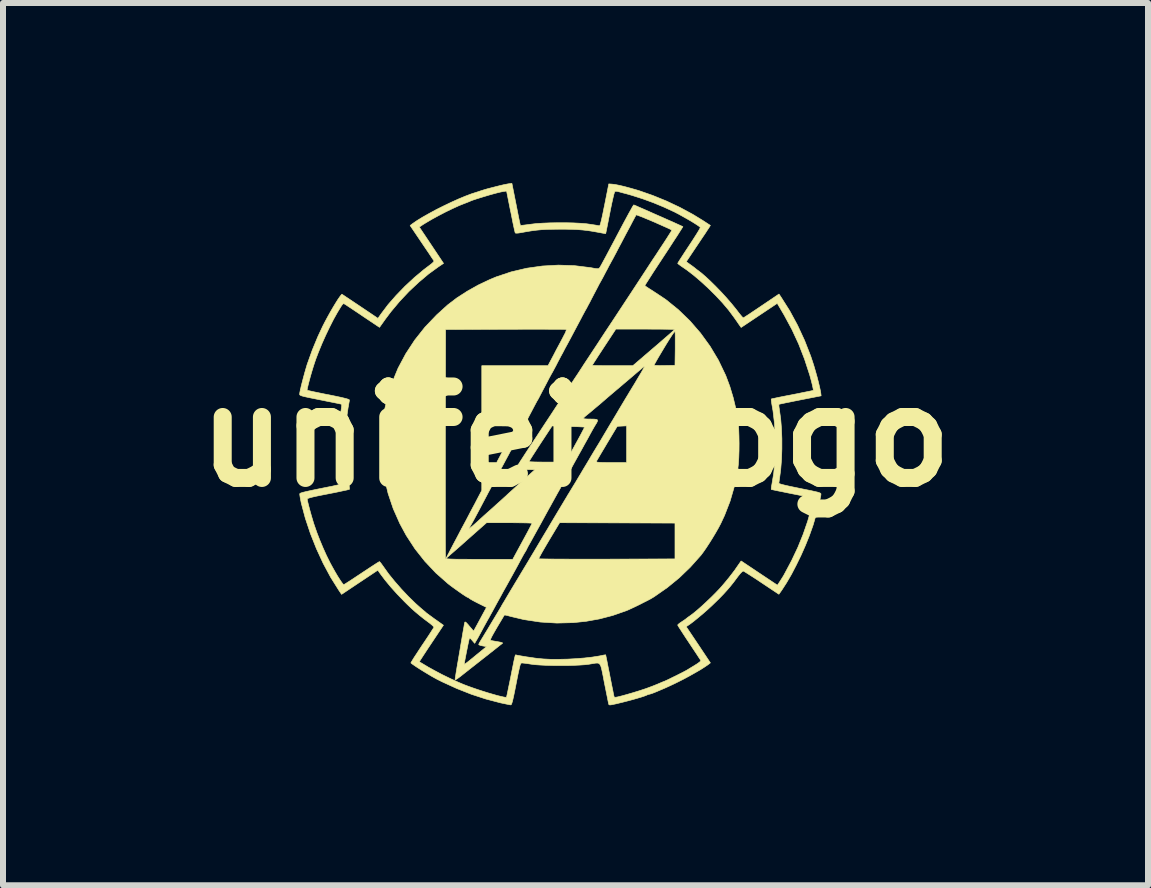
<source format=kicad_pcb>
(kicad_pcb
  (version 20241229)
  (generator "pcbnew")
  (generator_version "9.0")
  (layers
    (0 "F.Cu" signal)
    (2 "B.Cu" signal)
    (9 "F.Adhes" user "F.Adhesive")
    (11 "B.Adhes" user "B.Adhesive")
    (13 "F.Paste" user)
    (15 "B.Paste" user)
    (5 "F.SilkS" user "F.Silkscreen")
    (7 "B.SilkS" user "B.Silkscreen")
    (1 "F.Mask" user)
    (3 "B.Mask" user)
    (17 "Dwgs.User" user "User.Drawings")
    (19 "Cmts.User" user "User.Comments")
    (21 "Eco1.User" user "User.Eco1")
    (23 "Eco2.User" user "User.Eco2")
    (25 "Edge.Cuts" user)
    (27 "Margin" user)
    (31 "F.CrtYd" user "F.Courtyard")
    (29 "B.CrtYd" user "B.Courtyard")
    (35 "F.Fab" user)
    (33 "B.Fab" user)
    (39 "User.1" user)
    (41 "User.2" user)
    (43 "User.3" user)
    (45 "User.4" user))
  (footprint "unifei_logo"
    (layer "F.Cu")
    (at 6.285 4.351)
    (property "Reference" "unifei_logo" (at 0.254 -0.127 0) (layer "F.SilkS") (effects (font (size 1.524 1.524) (thickness 0.3))))
    (attr through_hole)
    (fp_poly (pts (xy 1.236 -3.983) (xy 1.269 -3.969) (xy 1.318 -3.947) (xy 1.381 -3.92) (xy 1.454 -3.888) (xy 1.534 -3.852) (xy 1.618 -3.815) (xy 1.703 -3.778) (xy 1.785 -3.741) (xy 1.861 -3.708) (xy 1.927 -3.678) (xy 1.982 -3.653) (xy 2.021 -3.635) (xy 2.041 -3.626) (xy 2.043 -3.625) (xy 2.037 -3.614) (xy 2.018 -3.584) (xy 1.988 -3.537) (xy 1.949 -3.475) (xy 1.9 -3.401) (xy 1.845 -3.316) (xy 1.784 -3.222) (xy 1.728 -3.137) (xy 1.663 -3.038) (xy 1.602 -2.945) (xy 1.547 -2.861) (xy 1.5 -2.787) (xy 1.461 -2.726) (xy 1.432 -2.681) (xy 1.414 -2.652) (xy 1.41 -2.643) (xy 1.42 -2.633) (xy 1.448 -2.614) (xy 1.489 -2.587) (xy 1.534 -2.559) (xy 1.756 -2.412) (xy 1.965 -2.243) (xy 2.159 -2.056) (xy 2.336 -1.852) (xy 2.495 -1.633) (xy 2.634 -1.401) (xy 2.751 -1.157) (xy 2.76 -1.136) (xy 2.824 -0.965) (xy 2.881 -0.776) (xy 2.928 -0.58) (xy 2.955 -0.438) (xy 2.965 -0.354) (xy 2.973 -0.251) (xy 2.977 -0.136) (xy 2.979 -0.013) (xy 2.978 0.11) (xy 2.974 0.228) (xy 2.967 0.334) (xy 2.957 0.422) (xy 2.955 0.438) (xy 2.901 0.701) (xy 2.829 0.949) (xy 2.737 1.186) (xy 2.673 1.323) (xy 2.635 1.395) (xy 2.588 1.477) (xy 2.536 1.564) (xy 2.482 1.65) (xy 2.429 1.731) (xy 2.381 1.8) (xy 2.342 1.852) (xy 2.341 1.853) (xy 2.166 2.049) (xy 1.982 2.226) (xy 1.784 2.388) (xy 1.566 2.54) (xy 1.535 2.559) (xy 1.503 2.578) (xy 1.452 2.605) (xy 1.39 2.636) (xy 1.322 2.671) (xy 1.252 2.705) (xy 1.188 2.735) (xy 1.134 2.76) (xy 1.096 2.776) (xy 1.095 2.776) (xy 0.871 2.854) (xy 0.652 2.911) (xy 0.428 2.951) (xy 0.217 2.973) (xy -0.058 2.98) (xy -0.333 2.963) (xy -0.605 2.922) (xy -0.829 2.869) (xy -0.875 2.856) (xy -0.911 2.848) (xy -0.93 2.846) (xy -0.931 2.846) (xy -0.939 2.858) (xy -0.957 2.889) (xy -0.984 2.934) (xy -1.018 2.991) (xy -1.056 3.055) (xy -1.057 3.057) (xy -1.1 3.131) (xy -1.131 3.186) (xy -1.151 3.225) (xy -1.161 3.25) (xy -1.163 3.263) (xy -1.158 3.269) (xy -1.135 3.274) (xy -1.096 3.281) (xy -1.048 3.289) (xy -1.043 3.29) (xy -1 3.298) (xy -0.971 3.306) (xy -0.96 3.313) (xy -0.961 3.314) (xy -0.973 3.325) (xy -1.003 3.348) (xy -1.048 3.384) (xy -1.105 3.429) (xy -1.172 3.482) (xy -1.247 3.541) (xy -1.283 3.569) (xy -1.364 3.633) (xy -1.443 3.695) (xy -1.516 3.752) (xy -1.579 3.802) (xy -1.631 3.843) (xy -1.666 3.871) (xy -1.673 3.876) (xy -1.71 3.903) (xy -1.737 3.92) (xy -1.752 3.924) (xy -1.753 3.922) (xy -1.751 3.904) (xy -1.745 3.866) (xy -1.737 3.813) (xy -1.726 3.748) (xy -1.721 3.715) (xy -1.712 3.664) (xy -1.6 3.664) (xy -1.598 3.667) (xy -1.591 3.664) (xy -1.577 3.654) (xy -1.552 3.635) (xy -1.515 3.606) (xy -1.463 3.564) (xy -1.394 3.507) (xy -1.391 3.505) (xy -1.228 3.372) (xy -1.293 3.361) (xy -1.33 3.353) (xy -1.354 3.343) (xy -1.359 3.337) (xy -1.352 3.317) (xy -1.336 3.289) (xy -1.333 3.284) (xy -1.317 3.258) (xy -1.29 3.214) (xy -1.255 3.156) (xy -1.214 3.089) (xy -1.17 3.015) (xy -1.125 2.94) (xy -1.081 2.867) (xy -1.041 2.8) (xy -1.007 2.743) (xy -0.982 2.701) (xy -0.978 2.692) (xy -0.96 2.661) (xy -0.93 2.612) (xy -0.892 2.547) (xy -0.847 2.471) (xy -0.796 2.386) (xy -0.742 2.296) (xy -0.709 2.242) (xy -0.653 2.148) (xy -0.586 2.037) (xy -0.512 1.914) (xy -0.509 1.908) (xy -0.36 1.908) (xy -0.359 1.908) (xy -0.346 1.91) (xy -0.309 1.911) (xy -0.251 1.912) (xy -0.172 1.913) (xy -0.076 1.914) (xy 0.037 1.914) (xy 0.165 1.915) (xy 0.305 1.915) (xy 0.456 1.915) (xy 0.617 1.915) (xy 0.779 1.915) (xy 1.911 1.911) (xy 1.911 1.314) (xy 0.95 1.311) (xy -0.011 1.308) (xy -0.188 1.603) (xy -0.234 1.681) (xy -0.276 1.753) (xy -0.311 1.814) (xy -0.337 1.862) (xy -0.354 1.894) (xy -0.36 1.908) (xy -0.509 1.908) (xy -0.434 1.783) (xy -0.355 1.65) (xy -0.277 1.519) (xy -0.203 1.396) (xy -0.185 1.365) (xy -0.123 1.261) (xy -0.064 1.162) (xy -0.01 1.072) (xy 0.038 0.992) (xy 0.078 0.925) (xy 0.109 0.874) (xy 0.129 0.839) (xy 0.138 0.826) (xy 0.153 0.801) (xy 0.179 0.758) (xy 0.213 0.702) (xy 0.254 0.635) (xy 0.297 0.563) (xy 0.342 0.488) (xy 0.385 0.415) (xy 0.425 0.349) (xy 0.459 0.292) (xy 0.461 0.289) (xy 0.6 0.289) (xy 0.604 0.295) (xy 0.62 0.299) (xy 0.652 0.302) (xy 0.702 0.304) (xy 0.772 0.305) (xy 0.85 0.305) (xy 1.105 0.305) (xy 1.105 -0.306) (xy 1.027 -0.302) (xy 0.949 -0.298) (xy 0.778 -0.013) (xy 0.732 0.065) (xy 0.69 0.135) (xy 0.654 0.196) (xy 0.626 0.244) (xy 0.607 0.276) (xy 0.6 0.289) (xy 0.461 0.289) (xy 0.485 0.249) (xy 0.496 0.229) (xy 0.526 0.179) (xy 0.56 0.122) (xy 0.584 0.083) (xy 0.601 0.054) (xy 0.63 0.007) (xy 0.668 -0.056) (xy 0.713 -0.132) (xy 0.764 -0.218) (xy 0.819 -0.311) (xy 0.876 -0.406) (xy 0.934 -0.503) (xy 0.989 -0.596) (xy 1.041 -0.683) (xy 1.087 -0.76) (xy 1.126 -0.824) (xy 1.155 -0.873) (xy 1.173 -0.902) (xy 1.202 -0.95) (xy 1.237 -1.007) (xy 1.273 -1.068) (xy 1.31 -1.13) (xy 1.344 -1.187) (xy 1.373 -1.237) (xy 1.395 -1.276) (xy 1.408 -1.299) (xy 1.41 -1.304) (xy 1.401 -1.298) (xy 1.376 -1.278) (xy 1.339 -1.247) (xy 1.293 -1.208) (xy 1.273 -1.191) (xy 1.217 -1.143) (xy 1.148 -1.084) (xy 1.072 -1.02) (xy 0.996 -0.955) (xy 0.94 -0.908) (xy 0.88 -0.857) (xy 0.826 -0.811) (xy 0.781 -0.773) (xy 0.749 -0.745) (xy 0.733 -0.731) (xy 0.732 -0.73) (xy 0.713 -0.714) (xy 0.68 -0.685) (xy 0.636 -0.648) (xy 0.587 -0.607) (xy 0.537 -0.565) (xy 0.491 -0.526) (xy 0.454 -0.496) (xy 0.438 -0.483) (xy 0.407 -0.457) (xy 0.387 -0.436) (xy 0.382 -0.429) (xy 0.393 -0.425) (xy 0.425 -0.421) (xy 0.47 -0.419) (xy 0.502 -0.419) (xy 0.563 -0.418) (xy 0.601 -0.414) (xy 0.62 -0.404) (xy 0.62 -0.385) (xy 0.606 -0.355) (xy 0.59 -0.33) (xy 0.566 -0.29) (xy 0.538 -0.241) (xy 0.519 -0.207) (xy 0.498 -0.169) (xy 0.469 -0.115) (xy 0.434 -0.052) (xy 0.397 0.014) (xy 0.388 0.031) (xy 0.355 0.091) (xy 0.328 0.139) (xy 0.304 0.182) (xy 0.281 0.224) (xy 0.256 0.269) (xy 0.226 0.323) (xy 0.189 0.391) (xy 0.153 0.457) (xy 0.116 0.525) (xy 0.076 0.598) (xy 0.038 0.665) (xy 0.013 0.711) (xy -0.018 0.767) (xy -0.05 0.823) (xy -0.075 0.869) (xy -0.083 0.883) (xy -0.111 0.934) (xy -0.141 0.988) (xy -0.153 1.01) (xy -0.206 1.105) (xy -0.265 1.213) (xy -0.326 1.325) (xy -0.384 1.429) (xy -0.385 1.431) (xy -0.42 1.494) (xy -0.457 1.561) (xy -0.49 1.621) (xy -0.507 1.651) (xy -0.531 1.693) (xy -0.549 1.727) (xy -0.558 1.746) (xy -0.559 1.748) (xy -0.565 1.761) (xy -0.58 1.787) (xy -0.588 1.8) (xy -0.607 1.831) (xy -0.633 1.878) (xy -0.663 1.933) (xy -0.685 1.975) (xy -0.719 2.038) (xy -0.76 2.113) (xy -0.803 2.191) (xy -0.838 2.254) (xy -0.89 2.348) (xy -0.948 2.451) (xy -1.005 2.556) (xy -1.06 2.655) (xy -1.106 2.74) (xy -1.108 2.743) (xy -1.127 2.779) (xy -1.155 2.829) (xy -1.186 2.886) (xy -1.206 2.921) (xy -1.241 2.984) (xy -1.278 3.051) (xy -1.311 3.113) (xy -1.324 3.137) (xy -1.351 3.187) (xy -1.377 3.235) (xy -1.398 3.27) (xy -1.401 3.275) (xy -1.426 3.318) (xy -1.468 3.269) (xy -1.494 3.24) (xy -1.509 3.232) (xy -1.516 3.239) (xy -1.52 3.256) (xy -1.528 3.292) (xy -1.539 3.343) (xy -1.551 3.404) (xy -1.564 3.467) (xy -1.576 3.53) (xy -1.587 3.586) (xy -1.595 3.631) (xy -1.599 3.658) (xy -1.6 3.664) (xy -1.712 3.664) (xy -1.696 3.57) (xy -1.673 3.436) (xy -1.653 3.315) (xy -1.635 3.21) (xy -1.62 3.121) (xy -1.607 3.051) (xy -1.599 3.002) (xy -1.594 2.976) (xy -1.593 2.975) (xy -1.589 2.963) (xy -1.58 2.962) (xy -1.565 2.974) (xy -1.538 3.003) (xy -1.516 3.03) (xy -1.444 3.114) (xy -1.407 3.046) (xy -1.385 3.006) (xy -1.356 2.952) (xy -1.323 2.891) (xy -1.3 2.848) (xy -1.23 2.719) (xy -1.361 2.654) (xy -1.416 2.626) (xy -1.463 2.601) (xy -1.497 2.581) (xy -1.512 2.571) (xy -1.532 2.556) (xy -1.541 2.553) (xy -1.556 2.546) (xy -1.586 2.527) (xy -1.629 2.499) (xy -1.679 2.464) (xy -1.731 2.427) (xy -1.783 2.39) (xy -1.829 2.356) (xy -1.865 2.328) (xy -1.867 2.327) (xy -2.073 2.145) (xy -2.257 1.95) (xy -2.421 1.743) (xy -2.567 1.519) (xy -2.674 1.321) (xy -2.783 1.075) (xy -2.869 0.82) (xy -2.871 0.812) (xy -1.915 0.812) (xy -1.915 0.994) (xy -1.915 1.163) (xy -1.915 1.319) (xy -1.915 1.459) (xy -1.915 1.583) (xy -1.914 1.688) (xy -1.914 1.774) (xy -1.913 1.839) (xy -1.913 1.882) (xy -1.912 1.901) (xy -1.912 1.902) (xy -1.905 1.906) (xy -1.886 1.909) (xy -1.854 1.912) (xy -1.807 1.914) (xy -1.743 1.916) (xy -1.66 1.917) (xy -1.555 1.917) (xy -1.429 1.918) (xy -1.349 1.918) (xy -0.792 1.918) (xy -0.631 1.621) (xy -0.588 1.542) (xy -0.549 1.47) (xy -0.517 1.409) (xy -0.492 1.361) (xy -0.475 1.329) (xy -0.47 1.317) (xy -0.482 1.315) (xy -0.517 1.313) (xy -0.57 1.311) (xy -0.64 1.31) (xy -0.723 1.309) (xy -0.815 1.308) (xy -0.849 1.308) (xy -1.228 1.308) (xy -1.564 1.605) (xy -1.641 1.674) (xy -1.713 1.737) (xy -1.776 1.792) (xy -1.829 1.838) (xy -1.868 1.873) (xy -1.894 1.894) (xy -1.902 1.9) (xy -1.896 1.888) (xy -1.881 1.857) (xy -1.855 1.808) (xy -1.822 1.744) (xy -1.782 1.667) (xy -1.735 1.579) (xy -1.685 1.484) (xy -1.669 1.453) (xy -1.645 1.408) (xy -1.521 1.408) (xy -1.511 1.402) (xy -1.505 1.397) (xy -1.48 1.377) (xy -1.447 1.349) (xy -1.437 1.34) (xy -1.407 1.314) (xy -1.384 1.293) (xy -1.379 1.289) (xy -1.358 1.269) (xy -1.322 1.236) (xy -1.275 1.193) (xy -1.219 1.143) (xy -1.159 1.09) (xy -1.099 1.036) (xy -1.098 1.035) (xy -1.045 0.987) (xy -0.99 0.938) (xy -0.942 0.894) (xy -0.914 0.869) (xy -0.866 0.824) (xy -0.824 0.786) (xy -0.784 0.75) (xy -0.742 0.711) (xy -0.693 0.667) (xy -0.632 0.613) (xy -0.59 0.575) (xy -0.424 0.425) (xy -0.58 0.422) (xy -0.649 0.419) (xy -0.7 0.415) (xy -0.73 0.41) (xy -0.737 0.405) (xy -0.735 0.398) (xy -0.728 0.385) (xy -0.715 0.363) (xy -0.695 0.331) (xy -0.669 0.29) (xy -0.521 0.29) (xy -0.508 0.292) (xy -0.474 0.294) (xy -0.422 0.296) (xy -0.354 0.297) (xy -0.275 0.298) (xy -0.215 0.298) (xy 0.09 0.298) (xy 0.249 0.008) (xy 0.292 -0.07) (xy 0.33 -0.14) (xy 0.361 -0.199) (xy 0.385 -0.245) (xy 0.4 -0.275) (xy 0.404 -0.285) (xy 0.391 -0.286) (xy 0.356 -0.288) (xy 0.303 -0.291) (xy 0.236 -0.293) (xy 0.159 -0.295) (xy 0.131 -0.296) (xy -0.137 -0.304) (xy -0.329 -0.012) (xy -0.379 0.065) (xy -0.424 0.135) (xy -0.463 0.195) (xy -0.493 0.243) (xy -0.513 0.275) (xy -0.521 0.289) (xy -0.521 0.29) (xy -0.669 0.29) (xy -0.668 0.288) (xy -0.631 0.231) (xy -0.585 0.16) (xy -0.527 0.071) (xy -0.457 -0.035) (xy -0.392 -0.133) (xy -0.269 -0.321) (xy -0.158 -0.489) (xy -0.06 -0.639) (xy 0.028 -0.772) (xy 0.106 -0.89) (xy 0.174 -0.995) (xy 0.235 -1.088) (xy 0.29 -1.17) (xy 0.338 -1.244) (xy 0.374 -1.299) (xy 0.384 -1.315) (xy 0.533 -1.315) (xy 0.546 -1.313) (xy 0.58 -1.311) (xy 0.633 -1.31) (xy 0.701 -1.309) (xy 0.782 -1.308) (xy 0.871 -1.308) (xy 1.208 -1.308) (xy 1.219 -1.317) (xy 1.562 -1.317) (xy 1.574 -1.314) (xy 1.607 -1.312) (xy 1.656 -1.31) (xy 1.716 -1.311) (xy 1.737 -1.311) (xy 1.911 -1.314) (xy 1.915 -1.587) (xy 1.915 -1.669) (xy 1.915 -1.742) (xy 1.915 -1.804) (xy 1.914 -1.849) (xy 1.912 -1.875) (xy 1.911 -1.878) (xy 1.903 -1.874) (xy 1.883 -1.848) (xy 1.853 -1.804) (xy 1.813 -1.742) (xy 1.765 -1.665) (xy 1.733 -1.612) (xy 1.687 -1.535) (xy 1.646 -1.466) (xy 1.611 -1.406) (xy 1.585 -1.359) (xy 1.568 -1.329) (xy 1.562 -1.317) (xy 1.219 -1.317) (xy 1.557 -1.607) (xy 1.637 -1.675) (xy 1.71 -1.739) (xy 1.775 -1.795) (xy 1.829 -1.842) (xy 1.87 -1.879) (xy 1.896 -1.903) (xy 1.905 -1.912) (xy 1.893 -1.913) (xy 1.858 -1.914) (xy 1.803 -1.915) (xy 1.731 -1.916) (xy 1.645 -1.917) (xy 1.546 -1.917) (xy 1.439 -1.918) (xy 1.416 -1.918) (xy 0.926 -1.918) (xy 0.73 -1.62) (xy 0.679 -1.542) (xy 0.633 -1.472) (xy 0.594 -1.411) (xy 0.563 -1.363) (xy 0.542 -1.33) (xy 0.534 -1.315) (xy 0.533 -1.315) (xy 0.384 -1.315) (xy 0.422 -1.373) (xy 0.481 -1.462) (xy 0.546 -1.561) (xy 0.615 -1.665) (xy 0.682 -1.768) (xy 0.743 -1.861) (xy 0.884 -2.074) (xy 1.011 -2.267) (xy 1.127 -2.443) (xy 1.232 -2.603) (xy 1.327 -2.748) (xy 1.378 -2.826) (xy 1.422 -2.893) (xy 1.476 -2.976) (xy 1.536 -3.068) (xy 1.599 -3.162) (xy 1.658 -3.253) (xy 1.681 -3.288) (xy 1.73 -3.362) (xy 1.773 -3.428) (xy 1.809 -3.485) (xy 1.837 -3.529) (xy 1.854 -3.557) (xy 1.858 -3.566) (xy 1.846 -3.574) (xy 1.817 -3.589) (xy 1.775 -3.608) (xy 1.757 -3.616) (xy 1.703 -3.64) (xy 1.652 -3.663) (xy 1.612 -3.68) (xy 1.607 -3.683) (xy 1.552 -3.707) (xy 1.491 -3.733) (xy 1.43 -3.758) (xy 1.373 -3.782) (xy 1.323 -3.801) (xy 1.286 -3.815) (xy 1.267 -3.821) (xy 1.265 -3.821) (xy 1.257 -3.808) (xy 1.241 -3.779) (xy 1.218 -3.736) (xy 1.203 -3.708) (xy 1.172 -3.648) (xy 1.138 -3.585) (xy 1.109 -3.53) (xy 1.102 -3.518) (xy 1.08 -3.476) (xy 1.05 -3.419) (xy 1.015 -3.352) (xy 0.978 -3.283) (xy 0.965 -3.258) (xy 0.933 -3.196) (xy 0.904 -3.142) (xy 0.882 -3.1) (xy 0.867 -3.073) (xy 0.864 -3.067) (xy 0.855 -3.052) (xy 0.837 -3.018) (xy 0.811 -2.971) (xy 0.782 -2.914) (xy 0.768 -2.889) (xy 0.737 -2.83) (xy 0.71 -2.778) (xy 0.688 -2.738) (xy 0.675 -2.715) (xy 0.673 -2.711) (xy 0.665 -2.697) (xy 0.646 -2.663) (xy 0.621 -2.614) (xy 0.59 -2.555) (xy 0.559 -2.496) (xy 0.523 -2.427) (xy 0.491 -2.364) (xy 0.462 -2.311) (xy 0.442 -2.272) (xy 0.432 -2.254) (xy 0.416 -2.227) (xy 0.393 -2.184) (xy 0.365 -2.132) (xy 0.346 -2.095) (xy 0.313 -2.033) (xy 0.278 -1.967) (xy 0.247 -1.909) (xy 0.235 -1.886) (xy 0.173 -1.769) (xy 0.121 -1.672) (xy 0.077 -1.592) (xy 0.042 -1.524) (xy 0.011 -1.468) (xy -0.015 -1.418) (xy -0.039 -1.373) (xy -0.061 -1.33) (xy -0.069 -1.314) (xy -0.098 -1.26) (xy -0.123 -1.213) (xy -0.142 -1.179) (xy -0.152 -1.162) (xy -0.152 -1.162) (xy -0.16 -1.147) (xy -0.179 -1.113) (xy -0.204 -1.065) (xy -0.235 -1.005) (xy -0.266 -0.946) (xy -0.301 -0.88) (xy -0.331 -0.822) (xy -0.356 -0.774) (xy -0.373 -0.743) (xy -0.381 -0.73) (xy -0.39 -0.715) (xy -0.408 -0.681) (xy -0.433 -0.634) (xy -0.463 -0.577) (xy -0.476 -0.552) (xy -0.511 -0.486) (xy -0.545 -0.42) (xy -0.576 -0.362) (xy -0.6 -0.318) (xy -0.603 -0.311) (xy -0.628 -0.266) (xy -0.659 -0.207) (xy -0.692 -0.145) (xy -0.708 -0.114) (xy -0.737 -0.059) (xy -0.774 0.011) (xy -0.816 0.089) (xy -0.856 0.165) (xy -0.87 0.191) (xy -0.909 0.263) (xy -0.949 0.338) (xy -0.986 0.407) (xy -1.016 0.465) (xy -1.025 0.483) (xy -1.055 0.539) (xy -1.085 0.595) (xy -1.111 0.642) (xy -1.117 0.654) (xy -1.139 0.693) (xy -1.167 0.746) (xy -1.199 0.805) (xy -1.216 0.838) (xy -1.29 0.978) (xy -1.352 1.096) (xy -1.404 1.193) (xy -1.446 1.271) (xy -1.479 1.33) (xy -1.503 1.372) (xy -1.519 1.399) (xy -1.521 1.408) (xy -1.645 1.408) (xy -1.614 1.35) (xy -1.56 1.249) (xy -1.51 1.153) (xy -1.464 1.066) (xy -1.424 0.992) (xy -1.393 0.932) (xy -1.372 0.892) (xy -1.371 0.89) (xy -1.308 0.77) (xy -1.308 0.305) (xy -1.06 0.305) (xy -0.905 0.012) (xy -0.863 -0.067) (xy -0.825 -0.139) (xy -0.794 -0.201) (xy -0.769 -0.249) (xy -0.754 -0.281) (xy -0.749 -0.293) (xy -0.762 -0.297) (xy -0.797 -0.3) (xy -0.852 -0.302) (xy -0.926 -0.304) (xy -1.015 -0.305) (xy -1.029 -0.305) (xy -1.308 -0.305) (xy -1.308 -1.308) (xy -0.205 -1.308) (xy -0.106 -1.495) (xy -0.068 -1.569) (xy -0.027 -1.645) (xy 0.011 -1.716) (xy 0.042 -1.775) (xy 0.052 -1.795) (xy 0.083 -1.854) (xy 0.098 -1.892) (xy 0.099 -1.911) (xy 0.098 -1.912) (xy 0.083 -1.913) (xy 0.044 -1.914) (xy -0.015 -1.915) (xy -0.095 -1.915) (xy -0.192 -1.915) (xy -0.304 -1.916) (xy -0.43 -1.916) (xy -0.568 -1.916) (xy -0.715 -1.915) (xy -0.871 -1.915) (xy -0.915 -1.915) (xy -1.911 -1.911) (xy -1.915 -0.013) (xy -1.915 0.205) (xy -1.915 0.416) (xy -1.915 0.619) (xy -1.915 0.812) (xy -2.871 0.812) (xy -2.933 0.553) (xy -2.955 0.431) (xy -2.967 0.333) (xy -2.975 0.216) (xy -2.979 0.088) (xy -2.979 -0.046) (xy -2.975 -0.179) (xy -2.968 -0.305) (xy -2.957 -0.416) (xy -2.949 -0.475) (xy -2.889 -0.75) (xy -2.807 -1.014) (xy -2.703 -1.266) (xy -2.575 -1.506) (xy -2.426 -1.734) (xy -2.254 -1.951) (xy -2.059 -2.155) (xy -1.876 -2.321) (xy -1.724 -2.437) (xy -1.552 -2.548) (xy -1.367 -2.652) (xy -1.175 -2.743) (xy -1.067 -2.788) (xy -0.819 -2.871) (xy -0.561 -2.932) (xy -0.298 -2.969) (xy -0.031 -2.984) (xy 0.237 -2.975) (xy 0.504 -2.942) (xy 0.526 -2.938) (xy 0.579 -2.928) (xy 0.614 -2.924) (xy 0.634 -2.925) (xy 0.647 -2.931) (xy 0.657 -2.943) (xy 0.659 -2.945) (xy 0.669 -2.962) (xy 0.69 -2.999) (xy 0.719 -3.053) (xy 0.757 -3.123) (xy 0.801 -3.206) (xy 0.85 -3.299) (xy 0.904 -3.4) (xy 0.946 -3.48) (xy 1.001 -3.584) (xy 1.053 -3.682) (xy 1.1 -3.769) (xy 1.141 -3.845) (xy 1.176 -3.907) (xy 1.201 -3.953) (xy 1.218 -3.98) (xy 1.223 -3.987) (xy 1.236 -3.983)) (stroke (width 0.01) (type solid)) (fill yes) (layer "F.SilkS"))
    (fp_poly (pts (xy -0.737 -3.999) (xy -0.719 -3.908) (xy -0.703 -3.826) (xy -0.689 -3.756) (xy -0.677 -3.7) (xy -0.669 -3.663) (xy -0.665 -3.647) (xy -0.665 -3.646) (xy -0.652 -3.646) (xy -0.618 -3.649) (xy -0.569 -3.655) (xy -0.509 -3.663) (xy -0.493 -3.665) (xy -0.401 -3.676) (xy -0.29 -3.683) (xy -0.168 -3.688) (xy -0.038 -3.69) (xy 0.093 -3.69) (xy 0.22 -3.687) (xy 0.336 -3.681) (xy 0.436 -3.673) (xy 0.486 -3.666) (xy 0.546 -3.657) (xy 0.597 -3.649) (xy 0.634 -3.642) (xy 0.652 -3.638) (xy 0.658 -3.643) (xy 0.667 -3.664) (xy 0.677 -3.702) (xy 0.691 -3.759) (xy 0.708 -3.837) (xy 0.728 -3.937) (xy 0.738 -3.984) (xy 0.808 -4.337) (xy 0.864 -4.333) (xy 0.914 -4.327) (xy 0.984 -4.313) (xy 1.069 -4.293) (xy 1.165 -4.267) (xy 1.267 -4.238) (xy 1.319 -4.222) (xy 1.542 -4.144) (xy 1.77 -4.051) (xy 1.994 -3.945) (xy 2.207 -3.83) (xy 2.374 -3.728) (xy 2.501 -3.645) (xy 2.467 -3.591) (xy 2.449 -3.565) (xy 2.421 -3.521) (xy 2.383 -3.465) (xy 2.338 -3.398) (xy 2.29 -3.326) (xy 2.265 -3.289) (xy 2.099 -3.041) (xy 2.169 -2.99) (xy 2.207 -2.963) (xy 2.237 -2.94) (xy 2.253 -2.927) (xy 2.274 -2.91) (xy 2.296 -2.894) (xy 2.357 -2.847) (xy 2.429 -2.784) (xy 2.51 -2.708) (xy 2.596 -2.623) (xy 2.684 -2.532) (xy 2.769 -2.439) (xy 2.848 -2.348) (xy 2.919 -2.261) (xy 2.942 -2.232) (xy 2.979 -2.183) (xy 3.012 -2.143) (xy 3.036 -2.116) (xy 3.049 -2.105) (xy 3.05 -2.105) (xy 3.063 -2.113) (xy 3.094 -2.133) (xy 3.141 -2.163) (xy 3.2 -2.203) (xy 3.269 -2.249) (xy 3.345 -2.3) (xy 3.352 -2.305) (xy 3.644 -2.502) (xy 3.68 -2.448) (xy 3.822 -2.224) (xy 3.953 -1.982) (xy 4.071 -1.727) (xy 4.173 -1.466) (xy 4.197 -1.394) (xy 4.225 -1.308) (xy 4.252 -1.215) (xy 4.279 -1.12) (xy 4.302 -1.03) (xy 4.321 -0.95) (xy 4.335 -0.885) (xy 4.339 -0.861) (xy 4.346 -0.806) (xy 3.999 -0.738) (xy 3.908 -0.72) (xy 3.826 -0.703) (xy 3.755 -0.689) (xy 3.699 -0.677) (xy 3.661 -0.669) (xy 3.644 -0.665) (xy 3.643 -0.665) (xy 3.642 -0.652) (xy 3.644 -0.62) (xy 3.651 -0.575) (xy 3.652 -0.565) (xy 3.672 -0.424) (xy 3.685 -0.264) (xy 3.692 -0.093) (xy 3.692 0.081) (xy 3.686 0.254) (xy 3.673 0.416) (xy 3.664 0.487) (xy 3.656 0.547) (xy 3.649 0.598) (xy 3.644 0.634) (xy 3.641 0.651) (xy 3.653 0.658) (xy 3.688 0.669) (xy 3.747 0.684) (xy 3.827 0.702) (xy 3.929 0.723) (xy 3.991 0.736) (xy 4.094 0.757) (xy 4.175 0.773) (xy 4.236 0.787) (xy 4.281 0.797) (xy 4.311 0.806) (xy 4.33 0.814) (xy 4.34 0.821) (xy 4.343 0.829) (xy 4.343 0.832) (xy 4.34 0.86) (xy 4.33 0.907) (xy 4.316 0.969) (xy 4.298 1.042) (xy 4.277 1.121) (xy 4.255 1.2) (xy 4.233 1.277) (xy 4.213 1.345) (xy 4.206 1.366) (xy 4.15 1.523) (xy 4.084 1.687) (xy 4.011 1.852) (xy 3.932 2.014) (xy 3.852 2.168) (xy 3.771 2.307) (xy 3.693 2.428) (xy 3.68 2.447) (xy 3.642 2.5) (xy 3.355 2.309) (xy 3.279 2.258) (xy 3.208 2.212) (xy 3.147 2.173) (xy 3.098 2.142) (xy 3.064 2.121) (xy 3.049 2.113) (xy 3.049 2.113) (xy 3.032 2.122) (xy 3.003 2.15) (xy 2.965 2.197) (xy 2.943 2.226) (xy 2.885 2.304) (xy 2.831 2.371) (xy 2.777 2.434) (xy 2.718 2.499) (xy 2.648 2.571) (xy 2.597 2.621) (xy 2.529 2.687) (xy 2.453 2.757) (xy 2.373 2.827) (xy 2.294 2.893) (xy 2.223 2.951) (xy 2.162 2.997) (xy 2.144 3.009) (xy 2.098 3.04) (xy 2.3 3.341) (xy 2.501 3.643) (xy 2.457 3.677) (xy 2.405 3.712) (xy 2.335 3.757) (xy 2.25 3.806) (xy 2.156 3.859) (xy 2.056 3.913) (xy 1.975 3.954) (xy 1.9 3.991) (xy 1.821 4.028) (xy 1.742 4.064) (xy 1.667 4.096) (xy 1.599 4.125) (xy 1.544 4.147) (xy 1.503 4.161) (xy 1.483 4.166) (xy 1.461 4.171) (xy 1.431 4.185) (xy 1.43 4.185) (xy 1.402 4.196) (xy 1.354 4.212) (xy 1.29 4.231) (xy 1.214 4.253) (xy 1.132 4.275) (xy 1.047 4.297) (xy 0.965 4.317) (xy 0.937 4.324) (xy 0.88 4.336) (xy 0.844 4.343) (xy 0.822 4.344) (xy 0.812 4.34) (xy 0.807 4.332) (xy 0.803 4.314) (xy 0.795 4.276) (xy 0.784 4.219) (xy 0.769 4.147) (xy 0.753 4.065) (xy 0.735 3.978) (xy 0.716 3.876) (xy 0.7 3.797) (xy 0.687 3.737) (xy 0.674 3.694) (xy 0.659 3.667) (xy 0.641 3.651) (xy 0.617 3.646) (xy 0.585 3.648) (xy 0.543 3.655) (xy 0.489 3.664) (xy 0.479 3.666) (xy 0.412 3.674) (xy 0.323 3.68) (xy 0.22 3.685) (xy 0.108 3.688) (xy -0.01 3.688) (xy -0.127 3.687) (xy -0.239 3.684) (xy -0.34 3.679) (xy -0.425 3.673) (xy -0.479 3.666) (xy -0.537 3.657) (xy -0.588 3.65) (xy -0.625 3.646) (xy -0.638 3.645) (xy -0.647 3.646) (xy -0.655 3.651) (xy -0.662 3.662) (xy -0.67 3.683) (xy -0.678 3.715) (xy -0.689 3.763) (xy -0.703 3.827) (xy -0.72 3.912) (xy -0.736 3.994) (xy -0.757 4.1) (xy -0.774 4.183) (xy -0.788 4.246) (xy -0.799 4.291) (xy -0.809 4.321) (xy -0.816 4.337) (xy -0.823 4.343) (xy -0.825 4.343) (xy -0.844 4.341) (xy -0.883 4.333) (xy -0.936 4.322) (xy -0.998 4.309) (xy -1.013 4.305) (xy -1.241 4.245) (xy -1.48 4.167) (xy -1.723 4.071) (xy -1.968 3.959) (xy -2.052 3.917) (xy -2.096 3.893) (xy -2.151 3.862) (xy -2.211 3.826) (xy -2.274 3.788) (xy -2.335 3.75) (xy -2.391 3.714) (xy -2.437 3.683) (xy -2.471 3.659) (xy -2.488 3.645) (xy -2.489 3.643) (xy -2.482 3.63) (xy -2.463 3.598) (xy -2.434 3.551) (xy -2.395 3.492) (xy -2.35 3.423) (xy -2.3 3.347) (xy -2.299 3.346) (xy -2.248 3.27) (xy -2.202 3.201) (xy -2.163 3.141) (xy -2.133 3.094) (xy -2.113 3.063) (xy -2.105 3.049) (xy -2.105 3.049) (xy -2.113 3.037) (xy -2.137 3.014) (xy -2.172 2.985) (xy -2.184 2.976) (xy -2.275 2.908) (xy -2.35 2.848) (xy -2.418 2.791) (xy -2.484 2.732) (xy -2.555 2.664) (xy -2.603 2.616) (xy -2.716 2.499) (xy -2.823 2.38) (xy -2.92 2.263) (xy -3.002 2.154) (xy -3.013 2.138) (xy -3.04 2.099) (xy -3.342 2.3) (xy -3.644 2.502) (xy -3.693 2.429) (xy -3.826 2.217) (xy -3.95 1.986) (xy -4.063 1.741) (xy -4.163 1.489) (xy -4.248 1.234) (xy -4.315 0.983) (xy -4.318 0.969) (xy -4.329 0.914) (xy -4.337 0.867) (xy -4.341 0.834) (xy -4.34 0.823) (xy -4.326 0.814) (xy -4.288 0.802) (xy -4.226 0.787) (xy -4.139 0.768) (xy -4.028 0.745) (xy -3.983 0.736) (xy -3.879 0.715) (xy -3.798 0.699) (xy -3.737 0.685) (xy -3.692 0.675) (xy -3.663 0.666) (xy -3.646 0.658) (xy -3.639 0.652) (xy -3.639 0.646) (xy -3.648 0.608) (xy -3.657 0.549) (xy -3.666 0.474) (xy -3.674 0.388) (xy -3.682 0.295) (xy -3.687 0.2) (xy -3.691 0.114) (xy -3.693 -0.062) (xy -3.687 -0.237) (xy -3.674 -0.404) (xy -3.654 -0.554) (xy -3.652 -0.568) (xy -3.645 -0.614) (xy -3.642 -0.648) (xy -3.643 -0.665) (xy -3.643 -0.666) (xy -3.658 -0.669) (xy -3.693 -0.677) (xy -3.747 -0.688) (xy -3.817 -0.702) (xy -3.898 -0.718) (xy -3.987 -0.736) (xy -3.997 -0.738) (xy -4.1 -0.759) (xy -4.18 -0.775) (xy -4.24 -0.788) (xy -4.283 -0.798) (xy -4.313 -0.807) (xy -4.331 -0.815) (xy -4.34 -0.822) (xy -4.343 -0.83) (xy -4.343 -0.833) (xy -4.34 -0.859) (xy -4.331 -0.906) (xy -4.329 -0.911) (xy -4.217 -0.911) (xy -4.216 -0.898) (xy -4.203 -0.895) (xy -4.167 -0.887) (xy -4.114 -0.875) (xy -4.045 -0.861) (xy -3.964 -0.844) (xy -3.874 -0.826) (xy -3.861 -0.824) (xy -3.753 -0.802) (xy -3.668 -0.784) (xy -3.604 -0.769) (xy -3.558 -0.757) (xy -3.53 -0.748) (xy -3.516 -0.74) (xy -3.513 -0.736) (xy -3.516 -0.715) (xy -3.523 -0.677) (xy -3.531 -0.628) (xy -3.535 -0.61) (xy -3.564 -0.407) (xy -3.581 -0.192) (xy -3.585 0.027) (xy -3.578 0.244) (xy -3.558 0.453) (xy -3.527 0.646) (xy -3.524 0.66) (xy -3.516 0.703) (xy -3.512 0.736) (xy -3.512 0.751) (xy -3.526 0.755) (xy -3.561 0.764) (xy -3.614 0.775) (xy -3.683 0.79) (xy -3.764 0.807) (xy -3.854 0.824) (xy -3.867 0.827) (xy -3.974 0.848) (xy -4.058 0.865) (xy -4.121 0.879) (xy -4.167 0.891) (xy -4.196 0.9) (xy -4.212 0.908) (xy -4.216 0.914) (xy -4.213 0.938) (xy -4.203 0.981) (xy -4.188 1.04) (xy -4.17 1.108) (xy -4.149 1.183) (xy -4.127 1.258) (xy -4.105 1.33) (xy -4.095 1.359) (xy -4.056 1.471) (xy -4.008 1.595) (xy -3.954 1.724) (xy -3.898 1.849) (xy -3.843 1.96) (xy -3.834 1.978) (xy -3.792 2.055) (xy -3.751 2.128) (xy -3.711 2.196) (xy -3.674 2.254) (xy -3.644 2.299) (xy -3.621 2.329) (xy -3.608 2.34) (xy -3.607 2.34) (xy -3.593 2.332) (xy -3.561 2.312) (xy -3.514 2.282) (xy -3.454 2.243) (xy -3.385 2.197) (xy -3.309 2.147) (xy -3.308 2.146) (xy -3.232 2.096) (xy -3.164 2.051) (xy -3.104 2.012) (xy -3.058 1.982) (xy -3.026 1.963) (xy -3.013 1.956) (xy -3.013 1.956) (xy -3.002 1.966) (xy -2.981 1.992) (xy -2.954 2.03) (xy -2.946 2.041) (xy -2.861 2.16) (xy -2.759 2.286) (xy -2.647 2.414) (xy -2.53 2.538) (xy -2.414 2.651) (xy -2.331 2.725) (xy -2.29 2.76) (xy -2.255 2.789) (xy -2.233 2.809) (xy -2.228 2.813) (xy -2.212 2.825) (xy -2.181 2.848) (xy -2.137 2.88) (xy -2.087 2.917) (xy -2.08 2.921) (xy -1.947 3.016) (xy -2.149 3.319) (xy -2.201 3.397) (xy -2.247 3.467) (xy -2.287 3.528) (xy -2.318 3.576) (xy -2.339 3.609) (xy -2.347 3.625) (xy -2.347 3.625) (xy -2.335 3.633) (xy -2.306 3.65) (xy -2.263 3.676) (xy -2.212 3.706) (xy -2.21 3.708) (xy -2.096 3.771) (xy -1.968 3.839) (xy -1.832 3.905) (xy -1.699 3.966) (xy -1.607 4.005) (xy -1.538 4.031) (xy -1.46 4.059) (xy -1.376 4.088) (xy -1.289 4.116) (xy -1.203 4.143) (xy -1.121 4.167) (xy -1.047 4.188) (xy -0.984 4.203) (xy -0.935 4.214) (xy -0.905 4.217) (xy -0.897 4.216) (xy -0.893 4.202) (xy -0.885 4.167) (xy -0.874 4.114) (xy -0.86 4.045) (xy -0.843 3.965) (xy -0.826 3.88) (xy -0.805 3.773) (xy -0.788 3.689) (xy -0.775 3.624) (xy -0.765 3.577) (xy -0.757 3.544) (xy -0.752 3.524) (xy -0.747 3.513) (xy -0.743 3.509) (xy -0.74 3.51) (xy -0.739 3.51) (xy -0.722 3.515) (xy -0.685 3.522) (xy -0.633 3.531) (xy -0.568 3.542) (xy -0.498 3.552) (xy -0.425 3.563) (xy -0.386 3.568) (xy -0.282 3.578) (xy -0.16 3.584) (xy -0.024 3.584) (xy 0.119 3.581) (xy 0.263 3.573) (xy 0.403 3.562) (xy 0.533 3.547) (xy 0.646 3.529) (xy 0.673 3.524) (xy 0.714 3.515) (xy 0.745 3.51) (xy 0.756 3.509) (xy 0.759 3.522) (xy 0.766 3.556) (xy 0.777 3.609) (xy 0.79 3.677) (xy 0.806 3.756) (xy 0.824 3.845) (xy 0.824 3.848) (xy 0.842 3.938) (xy 0.858 4.02) (xy 0.873 4.092) (xy 0.884 4.149) (xy 0.892 4.188) (xy 0.896 4.205) (xy 0.9 4.212) (xy 0.908 4.216) (xy 0.923 4.216) (xy 0.949 4.212) (xy 0.987 4.203) (xy 1.041 4.189) (xy 1.113 4.169) (xy 1.206 4.142) (xy 1.219 4.138) (xy 1.32 4.107) (xy 1.426 4.072) (xy 1.529 4.034) (xy 1.619 3.998) (xy 1.661 3.98) (xy 1.698 3.964) (xy 1.726 3.953) (xy 1.735 3.95) (xy 1.748 3.944) (xy 1.779 3.93) (xy 1.823 3.909) (xy 1.875 3.883) (xy 1.931 3.856) (xy 1.986 3.828) (xy 2.034 3.804) (xy 2.072 3.784) (xy 2.094 3.772) (xy 2.095 3.772) (xy 2.114 3.761) (xy 2.148 3.74) (xy 2.194 3.712) (xy 2.232 3.689) (xy 2.289 3.653) (xy 2.326 3.625) (xy 2.341 3.607) (xy 2.341 3.603) (xy 2.332 3.589) (xy 2.31 3.556) (xy 2.279 3.508) (xy 2.239 3.448) (xy 2.193 3.379) (xy 2.144 3.305) (xy 2.094 3.23) (xy 2.049 3.161) (xy 2.011 3.102) (xy 1.981 3.056) (xy 1.962 3.025) (xy 1.956 3.012) (xy 1.966 3) (xy 1.991 2.98) (xy 2.022 2.959) (xy 2.058 2.935) (xy 2.085 2.917) (xy 2.095 2.908) (xy 2.109 2.897) (xy 2.136 2.877) (xy 2.159 2.861) (xy 2.213 2.821) (xy 2.28 2.766) (xy 2.355 2.7) (xy 2.435 2.626) (xy 2.515 2.55) (xy 2.59 2.475) (xy 2.657 2.405) (xy 2.695 2.362) (xy 2.751 2.296) (xy 2.81 2.224) (xy 2.865 2.153) (xy 2.912 2.091) (xy 2.923 2.074) (xy 3.013 1.945) (xy 3.315 2.147) (xy 3.618 2.349) (xy 3.662 2.282) (xy 3.69 2.238) (xy 3.717 2.195) (xy 3.73 2.172) (xy 3.853 1.941) (xy 3.958 1.719) (xy 4.046 1.502) (xy 4.122 1.282) (xy 4.177 1.089) (xy 4.192 1.029) (xy 4.205 0.976) (xy 4.213 0.937) (xy 4.216 0.917) (xy 4.213 0.91) (xy 4.202 0.902) (xy 4.18 0.894) (xy 4.146 0.885) (xy 4.095 0.873) (xy 4.026 0.858) (xy 3.937 0.84) (xy 3.87 0.827) (xy 3.78 0.809) (xy 3.698 0.792) (xy 3.627 0.778) (xy 3.571 0.766) (xy 3.533 0.758) (xy 3.517 0.754) (xy 3.516 0.754) (xy 3.515 0.74) (xy 3.518 0.709) (xy 3.526 0.666) (xy 3.556 0.484) (xy 3.576 0.284) (xy 3.584 0.075) (xy 3.582 -0.14) (xy 3.568 -0.352) (xy 3.544 -0.556) (xy 3.526 -0.659) (xy 3.519 -0.703) (xy 3.515 -0.737) (xy 3.516 -0.754) (xy 3.517 -0.754) (xy 3.531 -0.758) (xy 3.566 -0.765) (xy 3.62 -0.777) (xy 3.689 -0.791) (xy 3.77 -0.807) (xy 3.86 -0.824) (xy 3.867 -0.826) (xy 3.957 -0.843) (xy 4.038 -0.86) (xy 4.108 -0.874) (xy 4.163 -0.885) (xy 4.2 -0.893) (xy 4.215 -0.897) (xy 4.215 -0.897) (xy 4.215 -0.911) (xy 4.209 -0.943) (xy 4.199 -0.989) (xy 4.186 -1.042) (xy 4.171 -1.098) (xy 4.157 -1.149) (xy 4.069 -1.419) (xy 3.971 -1.671) (xy 3.859 -1.912) (xy 3.732 -2.148) (xy 3.702 -2.199) (xy 3.615 -2.347) (xy 3.314 -2.146) (xy 3.013 -1.945) (xy 2.971 -2.004) (xy 2.939 -2.051) (xy 2.903 -2.102) (xy 2.885 -2.127) (xy 2.803 -2.237) (xy 2.703 -2.355) (xy 2.59 -2.476) (xy 2.469 -2.596) (xy 2.345 -2.71) (xy 2.223 -2.814) (xy 2.106 -2.904) (xy 2.049 -2.943) (xy 2.007 -2.972) (xy 1.976 -2.995) (xy 1.958 -3.01) (xy 1.957 -3.013) (xy 1.963 -3.026) (xy 1.982 -3.057) (xy 2.012 -3.103) (xy 2.05 -3.162) (xy 2.095 -3.231) (xy 2.145 -3.307) (xy 2.147 -3.31) (xy 2.197 -3.386) (xy 2.242 -3.456) (xy 2.28 -3.516) (xy 2.309 -3.564) (xy 2.327 -3.597) (xy 2.333 -3.612) (xy 2.333 -3.612) (xy 2.319 -3.625) (xy 2.287 -3.648) (xy 2.239 -3.679) (xy 2.181 -3.715) (xy 2.115 -3.753) (xy 2.044 -3.793) (xy 1.974 -3.832) (xy 1.907 -3.867) (xy 1.886 -3.877) (xy 1.728 -3.95) (xy 1.555 -4.022) (xy 1.375 -4.088) (xy 1.197 -4.145) (xy 1.099 -4.173) (xy 1.048 -4.186) (xy 1.001 -4.199) (xy 0.976 -4.206) (xy 0.941 -4.214) (xy 0.915 -4.214) (xy 0.912 -4.213) (xy 0.904 -4.199) (xy 0.892 -4.16) (xy 0.877 -4.097) (xy 0.858 -4.013) (xy 0.836 -3.906) (xy 0.827 -3.859) (xy 0.809 -3.769) (xy 0.793 -3.687) (xy 0.779 -3.617) (xy 0.768 -3.562) (xy 0.76 -3.525) (xy 0.757 -3.51) (xy 0.757 -3.509) (xy 0.745 -3.51) (xy 0.714 -3.515) (xy 0.67 -3.523) (xy 0.661 -3.525) (xy 0.556 -3.544) (xy 0.463 -3.559) (xy 0.374 -3.569) (xy 0.285 -3.576) (xy 0.187 -3.58) (xy 0.074 -3.582) (xy 0.001 -3.582) (xy -0.119 -3.581) (xy -0.221 -3.579) (xy -0.311 -3.574) (xy -0.395 -3.566) (xy -0.48 -3.555) (xy -0.572 -3.54) (xy -0.648 -3.526) (xy -0.705 -3.517) (xy -0.74 -3.516) (xy -0.751 -3.521) (xy -0.755 -3.536) (xy -0.764 -3.573) (xy -0.776 -3.628) (xy -0.791 -3.698) (xy -0.807 -3.78) (xy -0.825 -3.87) (xy -0.827 -3.876) (xy -0.895 -4.218) (xy -0.952 -4.21) (xy -0.988 -4.203) (xy -1.043 -4.19) (xy -1.111 -4.172) (xy -1.186 -4.151) (xy -1.263 -4.128) (xy -1.338 -4.105) (xy -1.405 -4.084) (xy -1.459 -4.066) (xy -1.495 -4.052) (xy -1.499 -4.05) (xy -1.52 -4.041) (xy -1.557 -4.026) (xy -1.594 -4.012) (xy -1.687 -3.975) (xy -1.794 -3.926) (xy -1.91 -3.87) (xy -2.027 -3.809) (xy -2.139 -3.748) (xy -2.239 -3.689) (xy -2.283 -3.662) (xy -2.349 -3.618) (xy -2.147 -3.316) (xy -1.945 -3.013) (xy -2.03 -2.956) (xy -2.194 -2.837) (xy -2.359 -2.698) (xy -2.523 -2.544) (xy -2.678 -2.379) (xy -2.822 -2.207) (xy -2.916 -2.082) (xy -3.012 -1.947) (xy -3.281 -2.127) (xy -3.356 -2.178) (xy -3.425 -2.224) (xy -3.486 -2.265) (xy -3.535 -2.297) (xy -3.569 -2.32) (xy -3.583 -2.329) (xy -3.603 -2.34) (xy -3.617 -2.34) (xy -3.632 -2.325) (xy -3.652 -2.296) (xy -3.712 -2.198) (xy -3.777 -2.082) (xy -3.843 -1.952) (xy -3.909 -1.814) (xy -3.972 -1.673) (xy -4.029 -1.534) (xy -4.074 -1.416) (xy -4.096 -1.351) (xy -4.119 -1.279) (xy -4.142 -1.203) (xy -4.164 -1.127) (xy -4.183 -1.056) (xy -4.199 -0.994) (xy -4.211 -0.944) (xy -4.217 -0.911) (xy -4.329 -0.911) (xy -4.317 -0.967) (xy -4.299 -1.038) (xy -4.279 -1.114) (xy -4.258 -1.191) (xy -4.237 -1.264) (xy -4.218 -1.328) (xy -4.211 -1.348) (xy -4.131 -1.571) (xy -4.04 -1.791) (xy -3.957 -1.968) (xy -3.919 -2.042) (xy -3.876 -2.122) (xy -3.831 -2.203) (xy -3.785 -2.282) (xy -3.742 -2.353) (xy -3.705 -2.412) (xy -3.675 -2.455) (xy -3.665 -2.469) (xy -3.639 -2.5) (xy -3.338 -2.299) (xy -3.038 -2.097) (xy -2.983 -2.175) (xy -2.869 -2.326) (xy -2.735 -2.479) (xy -2.588 -2.631) (xy -2.432 -2.776) (xy -2.273 -2.909) (xy -2.182 -2.978) (xy -2.143 -3.008) (xy -2.116 -3.033) (xy -2.104 -3.05) (xy -2.104 -3.053) (xy -2.113 -3.067) (xy -2.135 -3.099) (xy -2.166 -3.146) (xy -2.206 -3.206) (xy -2.253 -3.275) (xy -2.304 -3.351) (xy -2.307 -3.355) (xy -2.502 -3.644) (xy -2.461 -3.675) (xy -2.387 -3.726) (xy -2.294 -3.783) (xy -2.186 -3.844) (xy -2.068 -3.908) (xy -1.944 -3.97) (xy -1.819 -4.03) (xy -1.697 -4.085) (xy -1.584 -4.132) (xy -1.484 -4.17) (xy -1.422 -4.19) (xy -1.375 -4.205) (xy -1.327 -4.221) (xy -1.317 -4.224) (xy -1.277 -4.237) (xy -1.219 -4.254) (xy -1.15 -4.272) (xy -1.076 -4.291) (xy -1.004 -4.309) (xy -0.94 -4.324) (xy -0.889 -4.334) (xy -0.869 -4.338) (xy -0.806 -4.346) (xy -0.737 -3.999)) (stroke (width 0.01) (type solid)) (fill yes) (layer "F.SilkS")))
  (gr_rect
    (start -3 -3)
    (end 16.077 11.7)
    (stroke (width 0.1) (type default))
    (fill no)
    (layer "Edge.Cuts")))
</source>
